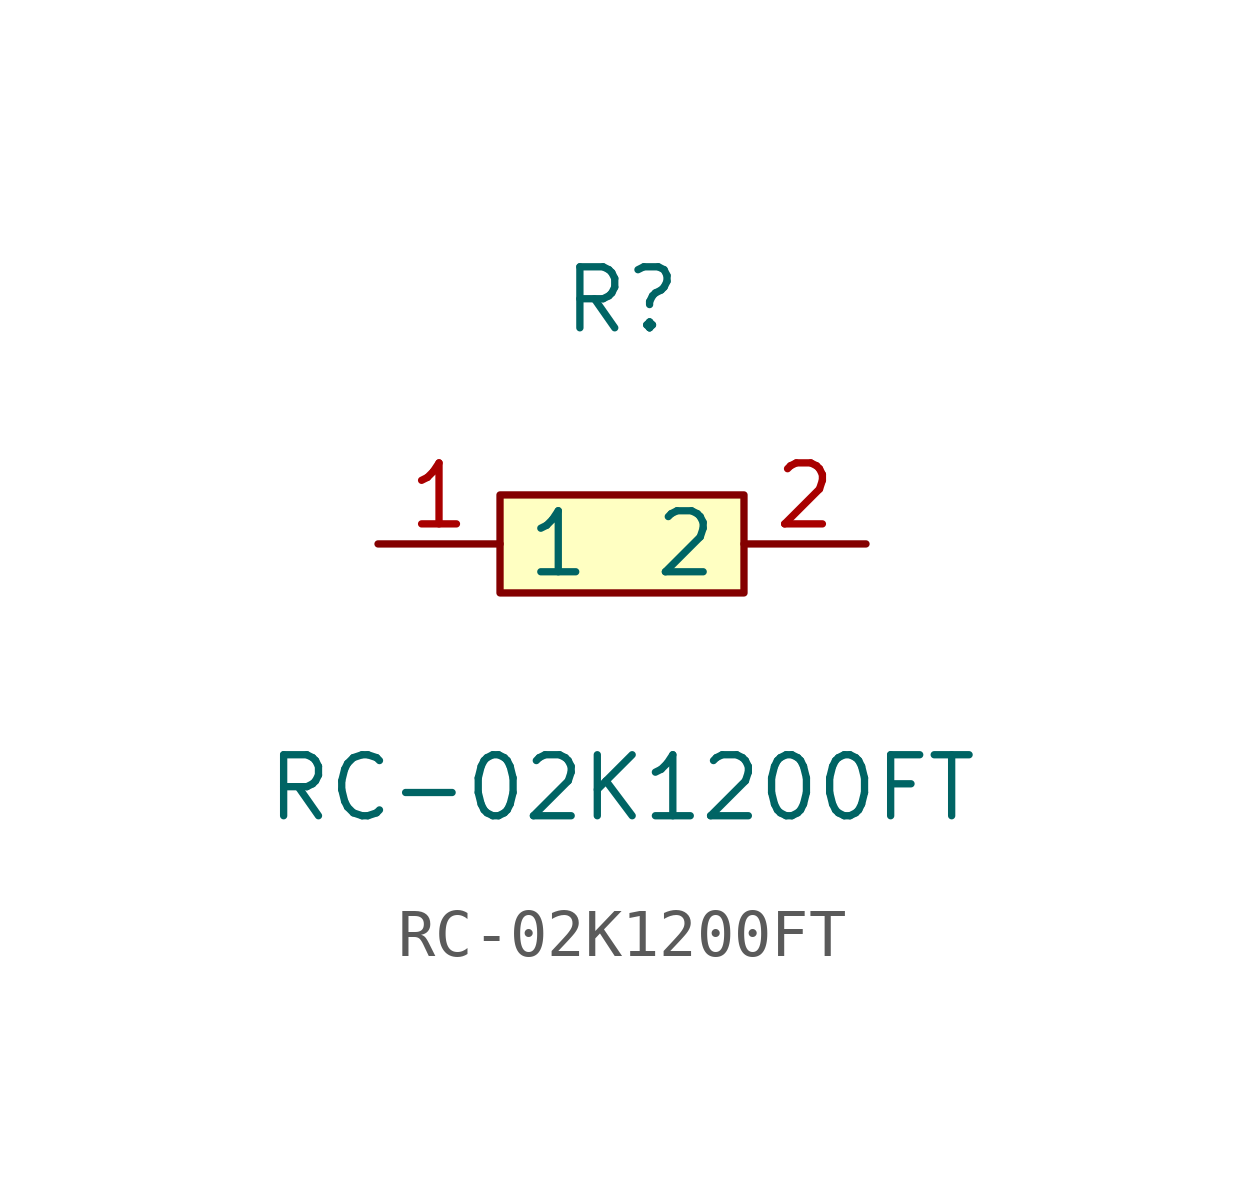
<source format=kicad_sym>
(kicad_symbol_lib
  (version 1)
  (generator "faebryk")
  (symbol "RC-02K1200FT"
    (property "Reference" "R"
      (at 0 5.08 0)
      (effects (font (size 1.27 1.27)) (hide no)))
    (property "Value" "RC-02K1200FT"
      (at 0 -5.08 0)
      (effects (font (size 1.27 1.27)) (hide no)))
    (symbol "RC-02K1200FT_0_1"
      (rectangle (start -2.54 1.02) (end 2.54 -1.02) (stroke (width 0) (type default) (color 0 0 0 0)) (fill (type background)))
      (pin unspecified line (at 5.08 0 180) (length 2.54) (name "2" (effects (font (size 1.27 1.27)) (hide no))) (number "2" (effects (font (size 1.27 1.27)) (hide no))))
      (pin unspecified line (at -5.08 0 0) (length 2.54) (name "1" (effects (font (size 1.27 1.27)) (hide no))) (number "1" (effects (font (size 1.27 1.27)) (hide no)))))))
</source>
